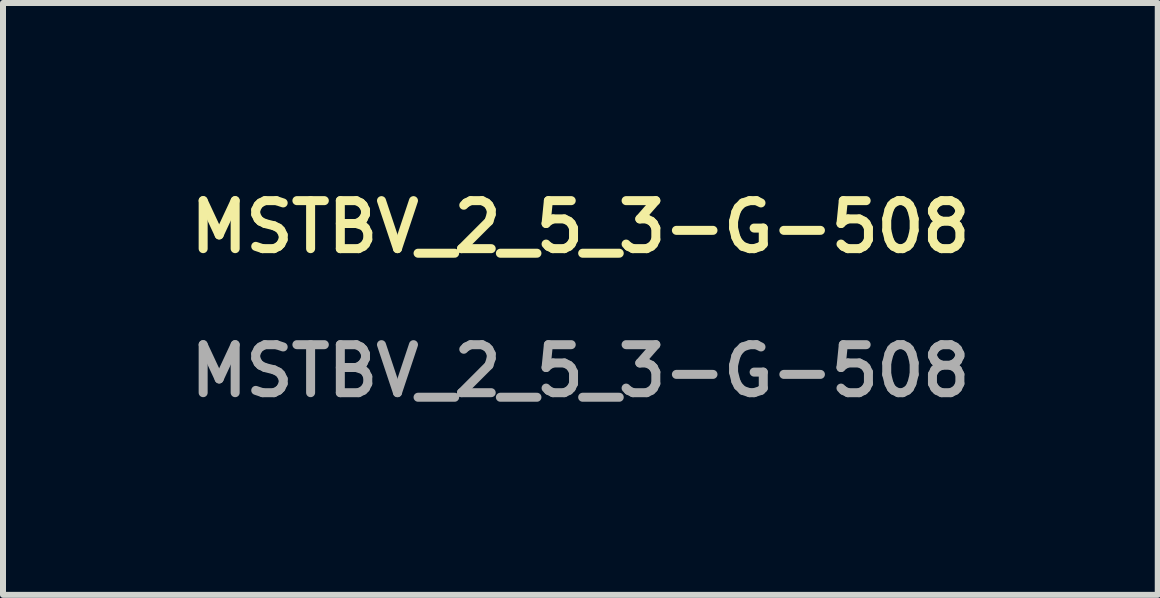
<source format=kicad_pcb>
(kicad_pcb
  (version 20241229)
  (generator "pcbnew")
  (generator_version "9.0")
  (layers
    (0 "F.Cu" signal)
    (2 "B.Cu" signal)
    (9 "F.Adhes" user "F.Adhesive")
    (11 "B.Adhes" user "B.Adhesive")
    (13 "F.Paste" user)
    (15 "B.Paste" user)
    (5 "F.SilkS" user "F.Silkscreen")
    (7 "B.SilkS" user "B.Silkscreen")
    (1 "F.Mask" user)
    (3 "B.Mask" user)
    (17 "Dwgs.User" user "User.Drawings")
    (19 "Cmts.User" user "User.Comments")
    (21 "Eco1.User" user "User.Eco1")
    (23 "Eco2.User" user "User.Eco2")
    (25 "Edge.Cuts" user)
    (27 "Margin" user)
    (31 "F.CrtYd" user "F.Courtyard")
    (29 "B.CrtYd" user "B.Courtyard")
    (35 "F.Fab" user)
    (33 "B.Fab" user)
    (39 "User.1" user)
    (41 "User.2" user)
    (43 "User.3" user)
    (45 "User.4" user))
  (footprint "MSTBV_2_5_3-G-508"
    (layer "F.Cu")
    (at 6.621 1.131)
    (property "Reference" "MSTBV_2_5_3-G-508" (at 0 -0.4 0) (unlocked yes) (layer "F.SilkS") (effects (font (size 0.8 0.8) (thickness 0.15))))
    (attr through_hole)
    (fp_text user "${REFERENCE}" (at 0 2 0) (unlocked yes) (layer "F.Fab") (effects (font (size 0.8 0.8) (thickness 0.15)))))
  (gr_rect
    (start -3 -3)
    (end 16.242 6.862)
    (stroke (width 0.1) (type default))
    (fill no)
    (layer "Edge.Cuts")))
</source>
